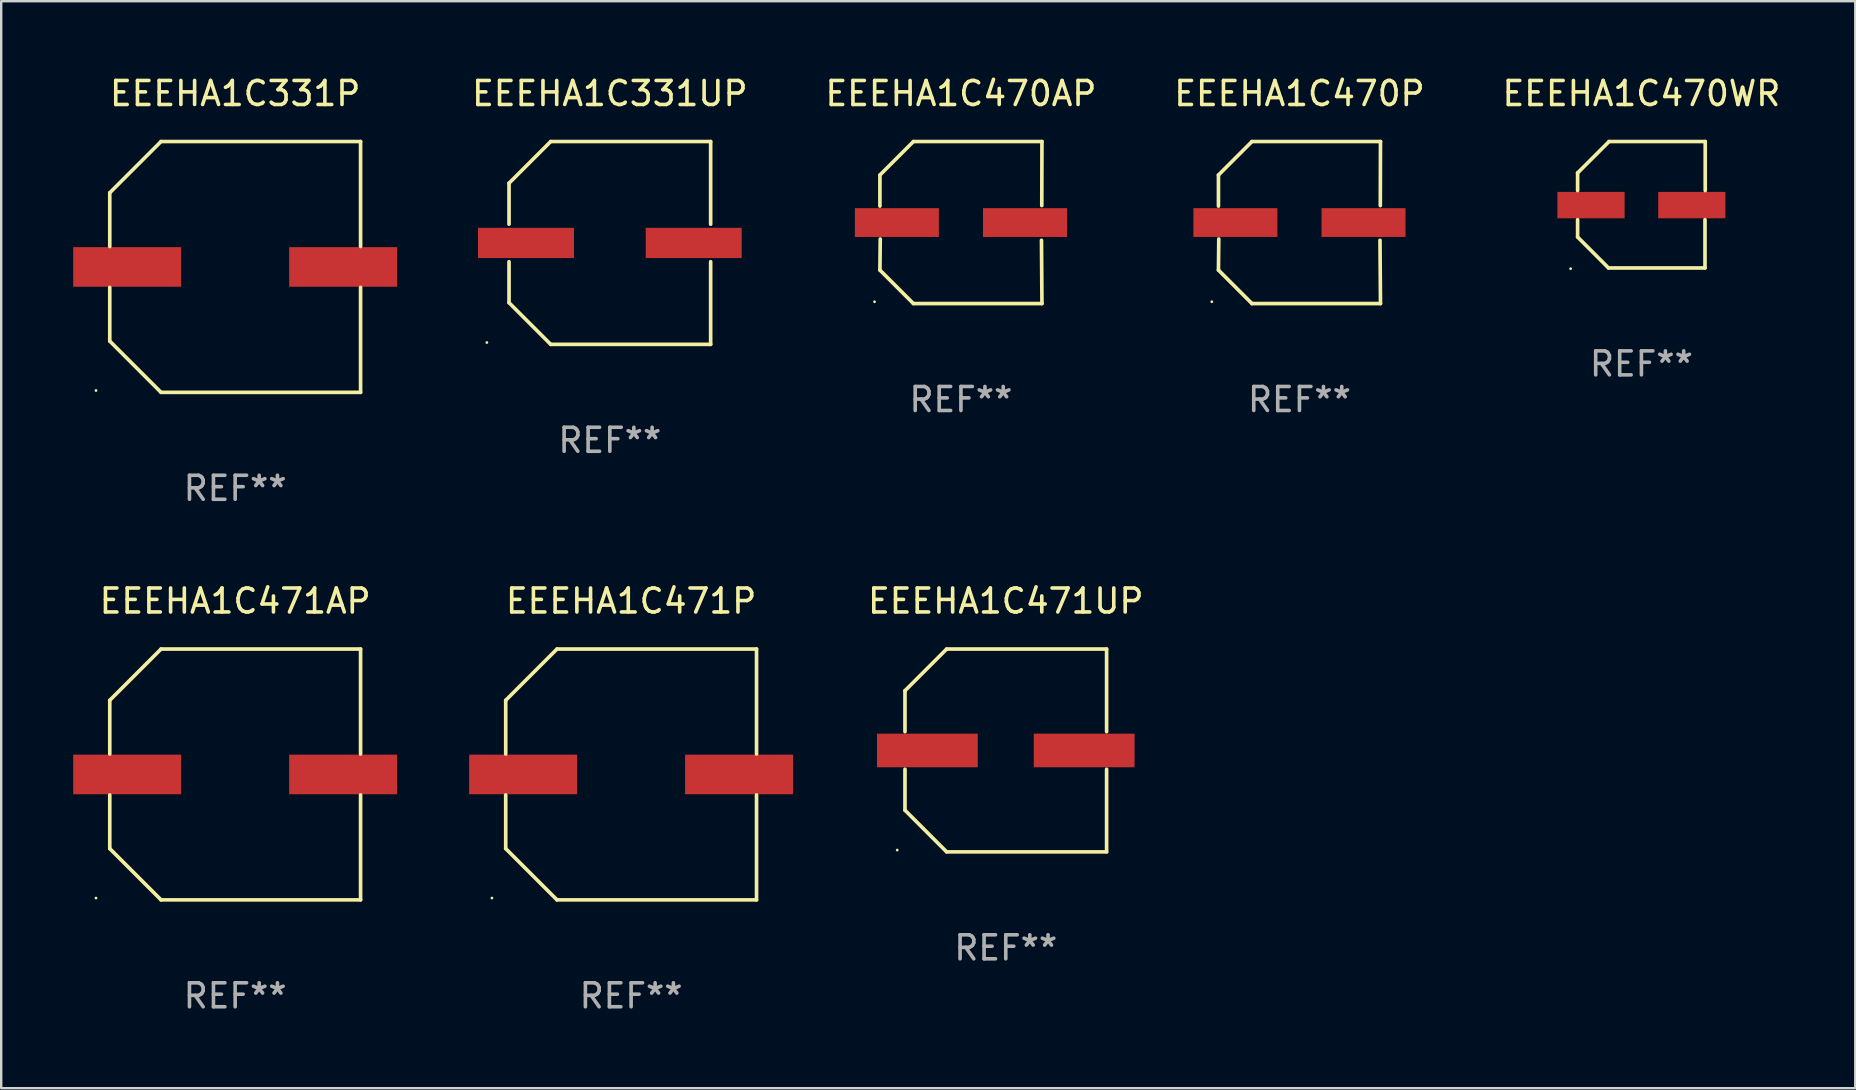
<source format=kicad_pcb>
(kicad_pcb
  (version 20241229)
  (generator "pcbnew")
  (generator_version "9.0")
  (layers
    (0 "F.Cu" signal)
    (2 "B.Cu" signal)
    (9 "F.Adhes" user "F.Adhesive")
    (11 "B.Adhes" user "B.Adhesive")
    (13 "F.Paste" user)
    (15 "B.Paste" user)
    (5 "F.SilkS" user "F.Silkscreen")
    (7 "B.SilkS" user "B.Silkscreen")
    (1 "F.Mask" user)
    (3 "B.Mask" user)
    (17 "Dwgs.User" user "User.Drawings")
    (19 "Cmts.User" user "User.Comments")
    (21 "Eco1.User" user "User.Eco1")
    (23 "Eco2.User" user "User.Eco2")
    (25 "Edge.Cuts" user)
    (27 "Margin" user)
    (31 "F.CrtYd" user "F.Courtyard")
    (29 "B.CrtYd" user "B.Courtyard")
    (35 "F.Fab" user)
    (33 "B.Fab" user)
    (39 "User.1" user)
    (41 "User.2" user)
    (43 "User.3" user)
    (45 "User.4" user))
  (footprint "EEEHA1C471AP"
    (layer "F.Cu")
    (at 6.75 29.223)
    (property "Reference" "EEEHA1C471AP" (at 0 -7.226 0) (layer "F.SilkS") (effects (font (size 1 1) (thickness 0.15))))
    (attr through_hole)
    (fp_line (start -5.226 -3.09) (end -5.226 -0.852) (stroke (width 0.152) (type solid)) (layer "F.SilkS"))
    (fp_line (start -5.226 3.09) (end -5.226 0.852) (stroke (width 0.152) (type solid)) (layer "F.SilkS"))
    (fp_line (start -3.09 -5.226) (end -5.226 -3.09) (stroke (width 0.152) (type solid)) (layer "F.SilkS"))
    (fp_line (start -3.09 5.226) (end -5.226 3.09) (stroke (width 0.152) (type solid)) (layer "F.SilkS"))
    (fp_line (start 5.226 -5.226) (end -3.09 -5.226) (stroke (width 0.152) (type solid)) (layer "F.SilkS"))
    (fp_line (start 5.226 -0.852) (end 5.226 -5.226) (stroke (width 0.152) (type solid)) (layer "F.SilkS"))
    (fp_line (start 5.226 0.852) (end 5.226 5.226) (stroke (width 0.152) (type solid)) (layer "F.SilkS"))
    (fp_line (start 5.226 5.226) (end -3.09 5.226) (stroke (width 0.152) (type solid)) (layer "F.SilkS"))
    (fp_circle (center -5.8 5.15) (end -5.77 5.15) (stroke (width 0.06) (type solid)) (fill no) (layer "F.SilkS"))
    (fp_text user "REF**" (at 0 9.226 0) (layer "F.Fab") (effects (font (size 1 1) (thickness 0.15))))
    (pad "1" smd rect (at -4.5 0) (size 4.5 1.65) (layers "F.Cu" "F.Mask" "F.Paste"))
    (pad "2" smd rect (at 4.5 0) (size 4.5 1.65) (layers "F.Cu" "F.Mask" "F.Paste")))
  (footprint "EEEHA1C471P"
    (layer "F.Cu")
    (at 23.25 29.223)
    (property "Reference" "EEEHA1C471P" (at 0 -7.226 0) (layer "F.SilkS") (effects (font (size 1 1) (thickness 0.15))))
    (attr through_hole)
    (fp_line (start -5.226 -3.09) (end -5.226 -0.852) (stroke (width 0.152) (type solid)) (layer "F.SilkS"))
    (fp_line (start -5.226 3.09) (end -5.226 0.852) (stroke (width 0.152) (type solid)) (layer "F.SilkS"))
    (fp_line (start -3.09 -5.226) (end -5.226 -3.09) (stroke (width 0.152) (type solid)) (layer "F.SilkS"))
    (fp_line (start -3.09 5.226) (end -5.226 3.09) (stroke (width 0.152) (type solid)) (layer "F.SilkS"))
    (fp_line (start 5.226 -5.226) (end -3.09 -5.226) (stroke (width 0.152) (type solid)) (layer "F.SilkS"))
    (fp_line (start 5.226 -0.852) (end 5.226 -5.226) (stroke (width 0.152) (type solid)) (layer "F.SilkS"))
    (fp_line (start 5.226 0.852) (end 5.226 5.226) (stroke (width 0.152) (type solid)) (layer "F.SilkS"))
    (fp_line (start 5.226 5.226) (end -3.09 5.226) (stroke (width 0.152) (type solid)) (layer "F.SilkS"))
    (fp_circle (center -5.8 5.15) (end -5.77 5.15) (stroke (width 0.06) (type solid)) (fill no) (layer "F.SilkS"))
    (fp_text user "REF**" (at 0 9.226 0) (layer "F.Fab") (effects (font (size 1 1) (thickness 0.15))))
    (pad "1" smd rect (at -4.5 0) (size 4.5 1.65) (layers "F.Cu" "F.Mask" "F.Paste"))
    (pad "2" smd rect (at 4.5 0) (size 4.5 1.65) (layers "F.Cu" "F.Mask" "F.Paste")))
  (footprint "EEEHA1C331UP"
    (layer "F.Cu")
    (at 22.363 7.074)
    (property "Reference" "EEEHA1C331UP" (at 0 -6.226 0) (layer "F.SilkS") (effects (font (size 1 1) (thickness 0.15))))
    (attr through_hole)
    (fp_line (start -4.201 -2.49) (end -4.201 -0.782) (stroke (width 0.152) (type solid)) (layer "F.SilkS"))
    (fp_line (start -4.201 2.49) (end -4.201 0.782) (stroke (width 0.152) (type solid)) (layer "F.SilkS"))
    (fp_line (start -2.465 -4.226) (end -4.201 -2.49) (stroke (width 0.152) (type solid)) (layer "F.SilkS"))
    (fp_line (start -2.465 4.226) (end -4.201 2.49) (stroke (width 0.152) (type solid)) (layer "F.SilkS"))
    (fp_line (start 4.201 -4.226) (end -2.465 -4.226) (stroke (width 0.152) (type solid)) (layer "F.SilkS"))
    (fp_line (start 4.201 -0.782) (end 4.201 -4.226) (stroke (width 0.152) (type solid)) (layer "F.SilkS"))
    (fp_line (start 4.201 0.782) (end 4.201 4.226) (stroke (width 0.152) (type solid)) (layer "F.SilkS"))
    (fp_line (start 4.201 4.226) (end -2.465 4.226) (stroke (width 0.152) (type solid)) (layer "F.SilkS"))
    (fp_circle (center -5.125 4.15) (end -5.095 4.15) (stroke (width 0.06) (type solid)) (fill no) (layer "F.SilkS"))
    (fp_text user "REF**" (at 0 8.226 0) (layer "F.Fab") (effects (font (size 1 1) (thickness 0.15))))
    (pad "1" smd rect (at -3.495 0.000025) (size 4 1.26) (layers "F.Cu" "F.Mask" "F.Paste"))
    (pad "2" smd rect (at 3.495 0.000025) (size 4 1.26) (layers "F.Cu" "F.Mask" "F.Paste")))
  (footprint "EEEHA1C470P"
    (layer "F.Cu")
    (at 51.101 6.224)
    (property "Reference" "EEEHA1C470P" (at 0 -5.376 0) (layer "F.SilkS") (effects (font (size 1 1) (thickness 0.15))))
    (attr through_hole)
    (fp_line (start -3.376 -1.98) (end -3.376 -0.686) (stroke (width 0.152) (type solid)) (layer "F.SilkS"))
    (fp_line (start -3.376 1.981) (end -3.362 0.686) (stroke (width 0.152) (type solid)) (layer "F.SilkS"))
    (fp_line (start -1.981 3.376) (end -3.376 1.981) (stroke (width 0.152) (type solid)) (layer "F.SilkS"))
    (fp_line (start -1.98 -3.376) (end -3.376 -1.98) (stroke (width 0.152) (type solid)) (layer "F.SilkS"))
    (fp_line (start 3.356 0.74) (end 3.376 3.376) (stroke (width 0.152) (type solid)) (layer "F.SilkS"))
    (fp_line (start 3.369 -0.707) (end 3.376 -3.376) (stroke (width 0.152) (type solid)) (layer "F.SilkS"))
    (fp_line (start 3.376 3.376) (end -1.981 3.376) (stroke (width 0.152) (type solid)) (layer "F.SilkS"))
    (fp_line (start 3.376 -3.376) (end -1.98 -3.376) (stroke (width 0.152) (type solid)) (layer "F.SilkS"))
    (fp_circle (center -3.652 3.3) (end -3.622 3.3) (stroke (width 0.06) (type solid)) (fill no) (layer "F.SilkS"))
    (fp_text user "REF**" (at 0 7.376 0) (layer "F.Fab") (effects (font (size 1 1) (thickness 0.15))))
    (pad "1" smd rect (at -2.67 0.000229) (size 3.5 1.2) (layers "F.Cu" "F.Mask" "F.Paste"))
    (pad "2" smd rect (at 2.67 0.000229) (size 3.5 1.2) (layers "F.Cu" "F.Mask" "F.Paste")))
  (footprint "EEEHA1C470WR"
    (layer "F.Cu")
    (at 65.351 5.482)
    (property "Reference" "EEEHA1C470WR" (at 0 -4.634 0) (layer "F.SilkS") (effects (font (size 1 1) (thickness 0.15))))
    (attr through_hole)
    (fp_line (start -2.659 -1.326) (end -2.659 -0.592) (stroke (width 0.152) (type solid)) (layer "F.SilkS"))
    (fp_line (start -2.659 1.346) (end -2.659 0.622) (stroke (width 0.152) (type solid)) (layer "F.SilkS"))
    (fp_line (start -1.372 2.634) (end -2.659 1.346) (stroke (width 0.152) (type solid)) (layer "F.SilkS"))
    (fp_line (start -1.349 -2.634) (end -2.659 -1.326) (stroke (width 0.152) (type solid)) (layer "F.SilkS"))
    (fp_line (start 2.649 0.622) (end 2.649 2.634) (stroke (width 0.152) (type solid)) (layer "F.SilkS"))
    (fp_line (start 2.649 2.634) (end -1.372 2.634) (stroke (width 0.152) (type solid)) (layer "F.SilkS"))
    (fp_line (start 2.659 -2.634) (end -1.349 -2.634) (stroke (width 0.152) (type solid)) (layer "F.SilkS"))
    (fp_line (start 2.659 -0.592) (end 2.659 -2.634) (stroke (width 0.152) (type solid)) (layer "F.SilkS"))
    (fp_circle (center -2.95 2.665) (end -2.92 2.665) (stroke (width 0.06) (type solid)) (fill no) (layer "F.SilkS"))
    (fp_text user "REF**" (at 0 6.634 0) (layer "F.Fab") (effects (font (size 1 1) (thickness 0.15))))
    (pad "1" smd rect (at -2.1 0.015) (size 2.8 1.1) (layers "F.Cu" "F.Mask" "F.Paste"))
    (pad "2" smd rect (at 2.1 0.015) (size 2.8 1.1) (layers "F.Cu" "F.Mask" "F.Paste")))
  (footprint "EEEHA1C470AP"
    (layer "F.Cu")
    (at 36.994 6.224)
    (property "Reference" "EEEHA1C470AP" (at 0 -5.376 0) (layer "F.SilkS") (effects (font (size 1 1) (thickness 0.15))))
    (attr through_hole)
    (fp_line (start -3.376 -1.98) (end -3.376 -0.686) (stroke (width 0.152) (type solid)) (layer "F.SilkS"))
    (fp_line (start -3.376 1.981) (end -3.362 0.686) (stroke (width 0.152) (type solid)) (layer "F.SilkS"))
    (fp_line (start -1.981 3.376) (end -3.376 1.981) (stroke (width 0.152) (type solid)) (layer "F.SilkS"))
    (fp_line (start -1.98 -3.376) (end -3.376 -1.98) (stroke (width 0.152) (type solid)) (layer "F.SilkS"))
    (fp_line (start 3.356 0.74) (end 3.376 3.376) (stroke (width 0.152) (type solid)) (layer "F.SilkS"))
    (fp_line (start 3.369 -0.707) (end 3.376 -3.376) (stroke (width 0.152) (type solid)) (layer "F.SilkS"))
    (fp_line (start 3.376 3.376) (end -1.981 3.376) (stroke (width 0.152) (type solid)) (layer "F.SilkS"))
    (fp_line (start 3.376 -3.376) (end -1.98 -3.376) (stroke (width 0.152) (type solid)) (layer "F.SilkS"))
    (fp_circle (center -3.6 3.3) (end -3.57 3.3) (stroke (width 0.06) (type solid)) (fill no) (layer "F.SilkS"))
    (fp_text user "REF**" (at 0 7.376 0) (layer "F.Fab") (effects (font (size 1 1) (thickness 0.15))))
    (pad "1" smd rect (at -2.67 0.000381) (size 3.5 1.2) (layers "F.Cu" "F.Mask" "F.Paste"))
    (pad "2" smd rect (at 2.67 0.000381) (size 3.5 1.2) (layers "F.Cu" "F.Mask" "F.Paste")))
  (footprint "EEEHA1C331P"
    (layer "F.Cu")
    (at 6.75 8.074)
    (property "Reference" "EEEHA1C331P" (at 0 -7.226 0) (layer "F.SilkS") (effects (font (size 1 1) (thickness 0.15))))
    (attr through_hole)
    (fp_line (start -5.226 -3.09) (end -5.226 -0.852) (stroke (width 0.152) (type solid)) (layer "F.SilkS"))
    (fp_line (start -5.226 3.09) (end -5.226 0.852) (stroke (width 0.152) (type solid)) (layer "F.SilkS"))
    (fp_line (start -3.09 -5.226) (end -5.226 -3.09) (stroke (width 0.152) (type solid)) (layer "F.SilkS"))
    (fp_line (start -3.09 5.226) (end -5.226 3.09) (stroke (width 0.152) (type solid)) (layer "F.SilkS"))
    (fp_line (start 5.226 -5.226) (end -3.09 -5.226) (stroke (width 0.152) (type solid)) (layer "F.SilkS"))
    (fp_line (start 5.226 -0.852) (end 5.226 -5.226) (stroke (width 0.152) (type solid)) (layer "F.SilkS"))
    (fp_line (start 5.226 0.852) (end 5.226 5.226) (stroke (width 0.152) (type solid)) (layer "F.SilkS"))
    (fp_line (start 5.226 5.226) (end -3.09 5.226) (stroke (width 0.152) (type solid)) (layer "F.SilkS"))
    (fp_circle (center -5.8 5.15) (end -5.77 5.15) (stroke (width 0.06) (type solid)) (fill no) (layer "F.SilkS"))
    (fp_text user "REF**" (at 0 9.226 0) (layer "F.Fab") (effects (font (size 1 1) (thickness 0.15))))
    (pad "1" smd rect (at -4.5 0) (size 4.5 1.65) (layers "F.Cu" "F.Mask" "F.Paste"))
    (pad "2" smd rect (at 4.5 0) (size 4.5 1.65) (layers "F.Cu" "F.Mask" "F.Paste")))
  (footprint "EEEHA1C471UP"
    (layer "F.Cu")
    (at 38.863 28.223)
    (property "Reference" "EEEHA1C471UP" (at 0 -6.226 0) (layer "F.SilkS") (effects (font (size 1 1) (thickness 0.15))))
    (attr through_hole)
    (fp_line (start -4.201 -2.49) (end -4.201 -0.782) (stroke (width 0.152) (type solid)) (layer "F.SilkS"))
    (fp_line (start -4.201 2.49) (end -4.201 0.782) (stroke (width 0.152) (type solid)) (layer "F.SilkS"))
    (fp_line (start -2.465 -4.226) (end -4.201 -2.49) (stroke (width 0.152) (type solid)) (layer "F.SilkS"))
    (fp_line (start -2.465 4.226) (end -4.201 2.49) (stroke (width 0.152) (type solid)) (layer "F.SilkS"))
    (fp_line (start 4.201 -4.226) (end -2.465 -4.226) (stroke (width 0.152) (type solid)) (layer "F.SilkS"))
    (fp_line (start 4.201 -0.782) (end 4.201 -4.226) (stroke (width 0.152) (type solid)) (layer "F.SilkS"))
    (fp_line (start 4.201 0.782) (end 4.201 4.226) (stroke (width 0.152) (type solid)) (layer "F.SilkS"))
    (fp_line (start 4.201 4.226) (end -2.465 4.226) (stroke (width 0.152) (type solid)) (layer "F.SilkS"))
    (fp_circle (center -4.524 4.15) (end -4.494 4.15) (stroke (width 0.06) (type solid)) (fill no) (layer "F.SilkS"))
    (fp_text user "REF**" (at 0 8.226 0) (layer "F.Fab") (effects (font (size 1 1) (thickness 0.15))))
    (pad "1" smd rect (at -3.267 0) (size 4.2 1.4) (layers "F.Cu" "F.Mask" "F.Paste"))
    (pad "2" smd rect (at 3.267 0) (size 4.2 1.4) (layers "F.Cu" "F.Mask" "F.Paste")))
  (gr_rect
    (start -3 -3)
    (end 74.262 42.298)
    (stroke (width 0.1) (type default))
    (fill no)
    (layer "Edge.Cuts")))
</source>
